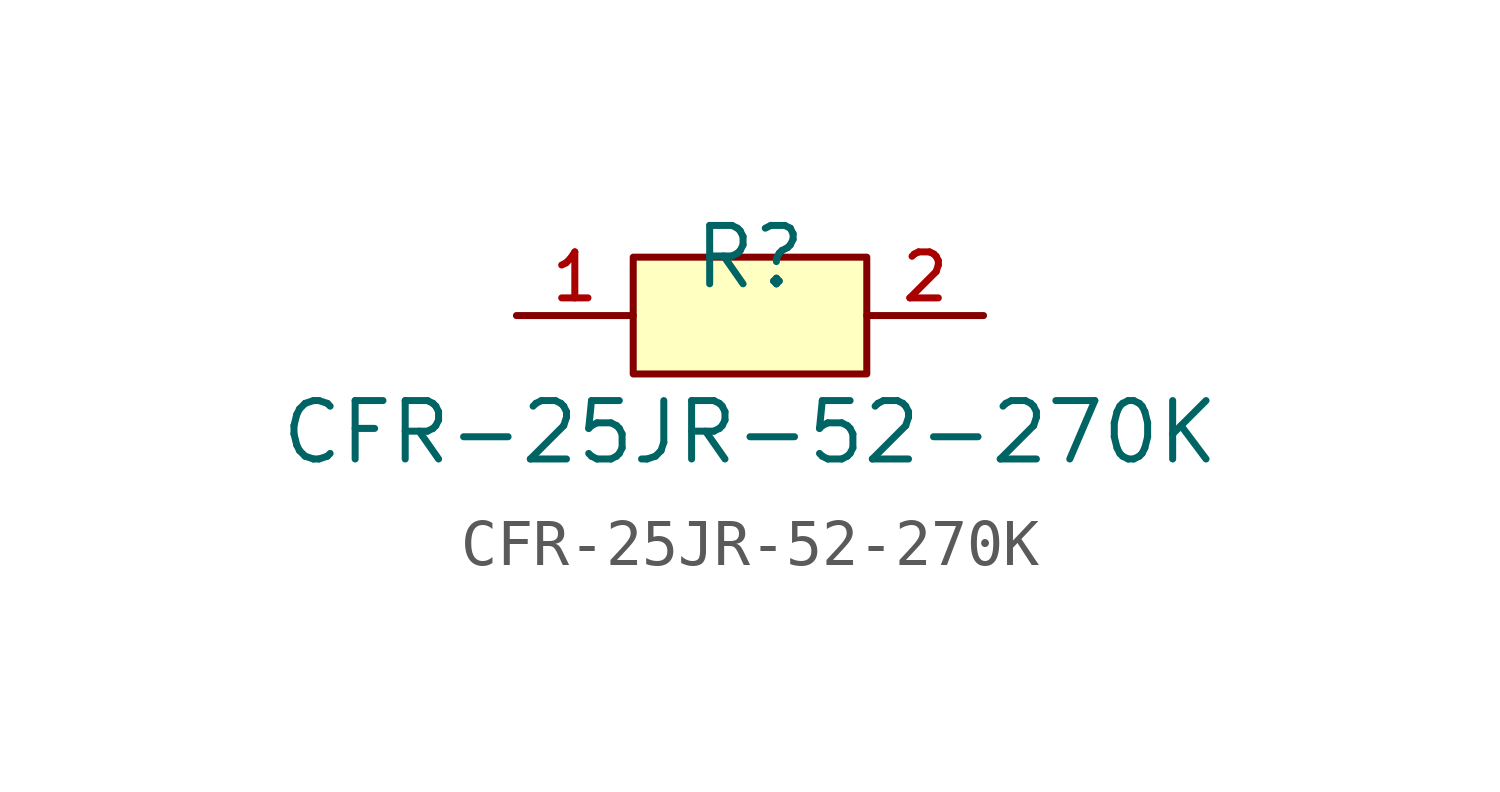
<source format=kicad_sym>
(kicad_symbol_lib
  (version 20210201)
  (generator TousstNicolas/JLC2KiCad_lib)
  (symbol "CFR-25JR-52-270K"
    (pin_names hide)
    (property "Reference" "R"
      (at 0 1.27 0)
      (effects (font (size 1.27 1.27))))
    (property "Value" "CFR-25JR-52-270K"
      (at 0 -2.54 0)
      (effects (font (size 1.27 1.27))))
    (symbol "CFR-25JR-52-270K_0_1"
      (pin unspecified line (at -5.08 -0.0 0) (length 2.54) (name "1" (effects (font (size 1 1)))) (number "1" (effects (font (size 1 1)))))
      (pin unspecified line (at 5.08 -0.0 180) (length 2.54) (name "2" (effects (font (size 1 1)))) (number "2" (effects (font (size 1 1)))))
      (rectangle (start -2.54 1.27) (end 2.54 -1.27) (stroke (width 0) (type default) (color 0 0 0 0)) (fill (type background))))))
</source>
